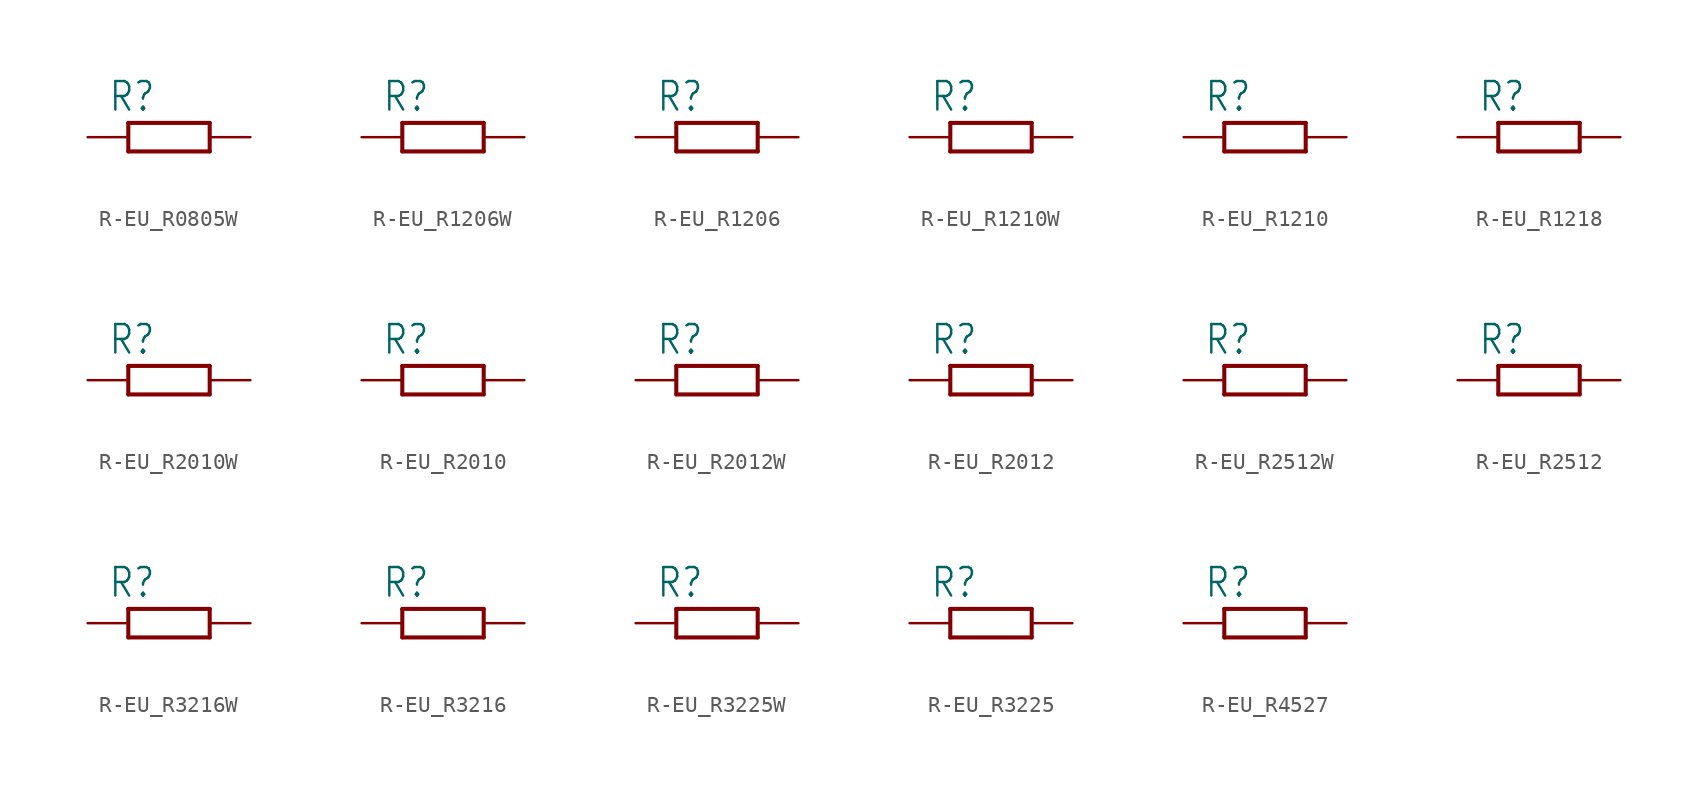
<source format=kicad_sym>
(kicad_symbol_lib
  (version 20231120)
  (generator "kicad_symbol_editor")
  (generator_version "8.0")
  (symbol "R-EU_R0805W"
    (property "Reference" "R"
      (at -3.81 1.499 0)
      (effects (font (size 1.778 1.511)) (justify left bottom)))
    (property "Value" ""
      (at -3.81 -3.302 0)
      (effects (font (size 1.778 1.511)) (justify left bottom)))
    (property "ki_locked" ""
      (at 0 0 0)
      (effects (font (size 1.27 1.27))))
    (symbol "R-EU_R0805W_1_0"
      (polyline (pts (xy -2.54 -0.889) (xy -2.54 0.889)) (stroke (width 0.254) (type solid)) (fill (type none)))
      (polyline (pts (xy -2.54 -0.889) (xy 2.54 -0.889)) (stroke (width 0.254) (type solid)) (fill (type none)))
      (polyline (pts (xy 2.54 -0.889) (xy 2.54 0.889)) (stroke (width 0.254) (type solid)) (fill (type none)))
      (polyline (pts (xy 2.54 0.889) (xy -2.54 0.889)) (stroke (width 0.254) (type solid)) (fill (type none)))
      (pin passive line (at -5.08 0 0) (length 2.54) (name "1" (effects (font (size 0 0)))) (number "1" (effects (font (size 0 0)))))
      (pin passive line (at 5.08 0 180) (length 2.54) (name "2" (effects (font (size 0 0)))) (number "2" (effects (font (size 0 0)))))))
  (symbol "R-EU_R1206W"
    (property "Reference" "R"
      (at -3.81 1.499 0)
      (effects (font (size 1.778 1.511)) (justify left bottom)))
    (property "Value" ""
      (at -3.81 -3.302 0)
      (effects (font (size 1.778 1.511)) (justify left bottom)))
    (property "ki_locked" ""
      (at 0 0 0)
      (effects (font (size 1.27 1.27))))
    (symbol "R-EU_R1206W_1_0"
      (polyline (pts (xy -2.54 -0.889) (xy -2.54 0.889)) (stroke (width 0.254) (type solid)) (fill (type none)))
      (polyline (pts (xy -2.54 -0.889) (xy 2.54 -0.889)) (stroke (width 0.254) (type solid)) (fill (type none)))
      (polyline (pts (xy 2.54 -0.889) (xy 2.54 0.889)) (stroke (width 0.254) (type solid)) (fill (type none)))
      (polyline (pts (xy 2.54 0.889) (xy -2.54 0.889)) (stroke (width 0.254) (type solid)) (fill (type none)))
      (pin passive line (at -5.08 0 0) (length 2.54) (name "1" (effects (font (size 0 0)))) (number "1" (effects (font (size 0 0)))))
      (pin passive line (at 5.08 0 180) (length 2.54) (name "2" (effects (font (size 0 0)))) (number "2" (effects (font (size 0 0)))))))
  (symbol "R-EU_R1206"
    (property "Reference" "R"
      (at -3.81 1.499 0)
      (effects (font (size 1.778 1.511)) (justify left bottom)))
    (property "Value" ""
      (at -3.81 -3.302 0)
      (effects (font (size 1.778 1.511)) (justify left bottom)))
    (property "ki_locked" ""
      (at 0 0 0)
      (effects (font (size 1.27 1.27))))
    (symbol "R-EU_R1206_1_0"
      (polyline (pts (xy -2.54 -0.889) (xy -2.54 0.889)) (stroke (width 0.254) (type solid)) (fill (type none)))
      (polyline (pts (xy -2.54 -0.889) (xy 2.54 -0.889)) (stroke (width 0.254) (type solid)) (fill (type none)))
      (polyline (pts (xy 2.54 -0.889) (xy 2.54 0.889)) (stroke (width 0.254) (type solid)) (fill (type none)))
      (polyline (pts (xy 2.54 0.889) (xy -2.54 0.889)) (stroke (width 0.254) (type solid)) (fill (type none)))
      (pin passive line (at -5.08 0 0) (length 2.54) (name "1" (effects (font (size 0 0)))) (number "1" (effects (font (size 0 0)))))
      (pin passive line (at 5.08 0 180) (length 2.54) (name "2" (effects (font (size 0 0)))) (number "2" (effects (font (size 0 0)))))))
  (symbol "R-EU_R1210W"
    (property "Reference" "R"
      (at -3.81 1.499 0)
      (effects (font (size 1.778 1.511)) (justify left bottom)))
    (property "Value" ""
      (at -3.81 -3.302 0)
      (effects (font (size 1.778 1.511)) (justify left bottom)))
    (property "ki_locked" ""
      (at 0 0 0)
      (effects (font (size 1.27 1.27))))
    (symbol "R-EU_R1210W_1_0"
      (polyline (pts (xy -2.54 -0.889) (xy -2.54 0.889)) (stroke (width 0.254) (type solid)) (fill (type none)))
      (polyline (pts (xy -2.54 -0.889) (xy 2.54 -0.889)) (stroke (width 0.254) (type solid)) (fill (type none)))
      (polyline (pts (xy 2.54 -0.889) (xy 2.54 0.889)) (stroke (width 0.254) (type solid)) (fill (type none)))
      (polyline (pts (xy 2.54 0.889) (xy -2.54 0.889)) (stroke (width 0.254) (type solid)) (fill (type none)))
      (pin passive line (at -5.08 0 0) (length 2.54) (name "1" (effects (font (size 0 0)))) (number "1" (effects (font (size 0 0)))))
      (pin passive line (at 5.08 0 180) (length 2.54) (name "2" (effects (font (size 0 0)))) (number "2" (effects (font (size 0 0)))))))
  (symbol "R-EU_R1210"
    (property "Reference" "R"
      (at -3.81 1.499 0)
      (effects (font (size 1.778 1.511)) (justify left bottom)))
    (property "Value" ""
      (at -3.81 -3.302 0)
      (effects (font (size 1.778 1.511)) (justify left bottom)))
    (property "ki_locked" ""
      (at 0 0 0)
      (effects (font (size 1.27 1.27))))
    (symbol "R-EU_R1210_1_0"
      (polyline (pts (xy -2.54 -0.889) (xy -2.54 0.889)) (stroke (width 0.254) (type solid)) (fill (type none)))
      (polyline (pts (xy -2.54 -0.889) (xy 2.54 -0.889)) (stroke (width 0.254) (type solid)) (fill (type none)))
      (polyline (pts (xy 2.54 -0.889) (xy 2.54 0.889)) (stroke (width 0.254) (type solid)) (fill (type none)))
      (polyline (pts (xy 2.54 0.889) (xy -2.54 0.889)) (stroke (width 0.254) (type solid)) (fill (type none)))
      (pin passive line (at -5.08 0 0) (length 2.54) (name "1" (effects (font (size 0 0)))) (number "1" (effects (font (size 0 0)))))
      (pin passive line (at 5.08 0 180) (length 2.54) (name "2" (effects (font (size 0 0)))) (number "2" (effects (font (size 0 0)))))))
  (symbol "R-EU_R1218"
    (property "Reference" "R"
      (at -3.81 1.499 0)
      (effects (font (size 1.778 1.511)) (justify left bottom)))
    (property "Value" ""
      (at -3.81 -3.302 0)
      (effects (font (size 1.778 1.511)) (justify left bottom)))
    (property "ki_locked" ""
      (at 0 0 0)
      (effects (font (size 1.27 1.27))))
    (symbol "R-EU_R1218_1_0"
      (polyline (pts (xy -2.54 -0.889) (xy -2.54 0.889)) (stroke (width 0.254) (type solid)) (fill (type none)))
      (polyline (pts (xy -2.54 -0.889) (xy 2.54 -0.889)) (stroke (width 0.254) (type solid)) (fill (type none)))
      (polyline (pts (xy 2.54 -0.889) (xy 2.54 0.889)) (stroke (width 0.254) (type solid)) (fill (type none)))
      (polyline (pts (xy 2.54 0.889) (xy -2.54 0.889)) (stroke (width 0.254) (type solid)) (fill (type none)))
      (pin passive line (at -5.08 0 0) (length 2.54) (name "1" (effects (font (size 0 0)))) (number "1" (effects (font (size 0 0)))))
      (pin passive line (at 5.08 0 180) (length 2.54) (name "2" (effects (font (size 0 0)))) (number "2" (effects (font (size 0 0)))))))
  (symbol "R-EU_R2010W"
    (property "Reference" "R"
      (at -3.81 1.499 0)
      (effects (font (size 1.778 1.511)) (justify left bottom)))
    (property "Value" ""
      (at -3.81 -3.302 0)
      (effects (font (size 1.778 1.511)) (justify left bottom)))
    (property "ki_locked" ""
      (at 0 0 0)
      (effects (font (size 1.27 1.27))))
    (symbol "R-EU_R2010W_1_0"
      (polyline (pts (xy -2.54 -0.889) (xy -2.54 0.889)) (stroke (width 0.254) (type solid)) (fill (type none)))
      (polyline (pts (xy -2.54 -0.889) (xy 2.54 -0.889)) (stroke (width 0.254) (type solid)) (fill (type none)))
      (polyline (pts (xy 2.54 -0.889) (xy 2.54 0.889)) (stroke (width 0.254) (type solid)) (fill (type none)))
      (polyline (pts (xy 2.54 0.889) (xy -2.54 0.889)) (stroke (width 0.254) (type solid)) (fill (type none)))
      (pin passive line (at -5.08 0 0) (length 2.54) (name "1" (effects (font (size 0 0)))) (number "1" (effects (font (size 0 0)))))
      (pin passive line (at 5.08 0 180) (length 2.54) (name "2" (effects (font (size 0 0)))) (number "2" (effects (font (size 0 0)))))))
  (symbol "R-EU_R2010"
    (property "Reference" "R"
      (at -3.81 1.499 0)
      (effects (font (size 1.778 1.511)) (justify left bottom)))
    (property "Value" ""
      (at -3.81 -3.302 0)
      (effects (font (size 1.778 1.511)) (justify left bottom)))
    (property "ki_locked" ""
      (at 0 0 0)
      (effects (font (size 1.27 1.27))))
    (symbol "R-EU_R2010_1_0"
      (polyline (pts (xy -2.54 -0.889) (xy -2.54 0.889)) (stroke (width 0.254) (type solid)) (fill (type none)))
      (polyline (pts (xy -2.54 -0.889) (xy 2.54 -0.889)) (stroke (width 0.254) (type solid)) (fill (type none)))
      (polyline (pts (xy 2.54 -0.889) (xy 2.54 0.889)) (stroke (width 0.254) (type solid)) (fill (type none)))
      (polyline (pts (xy 2.54 0.889) (xy -2.54 0.889)) (stroke (width 0.254) (type solid)) (fill (type none)))
      (pin passive line (at -5.08 0 0) (length 2.54) (name "1" (effects (font (size 0 0)))) (number "1" (effects (font (size 0 0)))))
      (pin passive line (at 5.08 0 180) (length 2.54) (name "2" (effects (font (size 0 0)))) (number "2" (effects (font (size 0 0)))))))
  (symbol "R-EU_R2012W"
    (property "Reference" "R"
      (at -3.81 1.499 0)
      (effects (font (size 1.778 1.511)) (justify left bottom)))
    (property "Value" ""
      (at -3.81 -3.302 0)
      (effects (font (size 1.778 1.511)) (justify left bottom)))
    (property "ki_locked" ""
      (at 0 0 0)
      (effects (font (size 1.27 1.27))))
    (symbol "R-EU_R2012W_1_0"
      (polyline (pts (xy -2.54 -0.889) (xy -2.54 0.889)) (stroke (width 0.254) (type solid)) (fill (type none)))
      (polyline (pts (xy -2.54 -0.889) (xy 2.54 -0.889)) (stroke (width 0.254) (type solid)) (fill (type none)))
      (polyline (pts (xy 2.54 -0.889) (xy 2.54 0.889)) (stroke (width 0.254) (type solid)) (fill (type none)))
      (polyline (pts (xy 2.54 0.889) (xy -2.54 0.889)) (stroke (width 0.254) (type solid)) (fill (type none)))
      (pin passive line (at -5.08 0 0) (length 2.54) (name "1" (effects (font (size 0 0)))) (number "1" (effects (font (size 0 0)))))
      (pin passive line (at 5.08 0 180) (length 2.54) (name "2" (effects (font (size 0 0)))) (number "2" (effects (font (size 0 0)))))))
  (symbol "R-EU_R2012"
    (property "Reference" "R"
      (at -3.81 1.499 0)
      (effects (font (size 1.778 1.511)) (justify left bottom)))
    (property "Value" ""
      (at -3.81 -3.302 0)
      (effects (font (size 1.778 1.511)) (justify left bottom)))
    (property "ki_locked" ""
      (at 0 0 0)
      (effects (font (size 1.27 1.27))))
    (symbol "R-EU_R2012_1_0"
      (polyline (pts (xy -2.54 -0.889) (xy -2.54 0.889)) (stroke (width 0.254) (type solid)) (fill (type none)))
      (polyline (pts (xy -2.54 -0.889) (xy 2.54 -0.889)) (stroke (width 0.254) (type solid)) (fill (type none)))
      (polyline (pts (xy 2.54 -0.889) (xy 2.54 0.889)) (stroke (width 0.254) (type solid)) (fill (type none)))
      (polyline (pts (xy 2.54 0.889) (xy -2.54 0.889)) (stroke (width 0.254) (type solid)) (fill (type none)))
      (pin passive line (at -5.08 0 0) (length 2.54) (name "1" (effects (font (size 0 0)))) (number "1" (effects (font (size 0 0)))))
      (pin passive line (at 5.08 0 180) (length 2.54) (name "2" (effects (font (size 0 0)))) (number "2" (effects (font (size 0 0)))))))
  (symbol "R-EU_R2512W"
    (property "Reference" "R"
      (at -3.81 1.499 0)
      (effects (font (size 1.778 1.511)) (justify left bottom)))
    (property "Value" ""
      (at -3.81 -3.302 0)
      (effects (font (size 1.778 1.511)) (justify left bottom)))
    (property "ki_locked" ""
      (at 0 0 0)
      (effects (font (size 1.27 1.27))))
    (symbol "R-EU_R2512W_1_0"
      (polyline (pts (xy -2.54 -0.889) (xy -2.54 0.889)) (stroke (width 0.254) (type solid)) (fill (type none)))
      (polyline (pts (xy -2.54 -0.889) (xy 2.54 -0.889)) (stroke (width 0.254) (type solid)) (fill (type none)))
      (polyline (pts (xy 2.54 -0.889) (xy 2.54 0.889)) (stroke (width 0.254) (type solid)) (fill (type none)))
      (polyline (pts (xy 2.54 0.889) (xy -2.54 0.889)) (stroke (width 0.254) (type solid)) (fill (type none)))
      (pin passive line (at -5.08 0 0) (length 2.54) (name "1" (effects (font (size 0 0)))) (number "1" (effects (font (size 0 0)))))
      (pin passive line (at 5.08 0 180) (length 2.54) (name "2" (effects (font (size 0 0)))) (number "2" (effects (font (size 0 0)))))))
  (symbol "R-EU_R2512"
    (property "Reference" "R"
      (at -3.81 1.499 0)
      (effects (font (size 1.778 1.511)) (justify left bottom)))
    (property "Value" ""
      (at -3.81 -3.302 0)
      (effects (font (size 1.778 1.511)) (justify left bottom)))
    (property "ki_locked" ""
      (at 0 0 0)
      (effects (font (size 1.27 1.27))))
    (symbol "R-EU_R2512_1_0"
      (polyline (pts (xy -2.54 -0.889) (xy -2.54 0.889)) (stroke (width 0.254) (type solid)) (fill (type none)))
      (polyline (pts (xy -2.54 -0.889) (xy 2.54 -0.889)) (stroke (width 0.254) (type solid)) (fill (type none)))
      (polyline (pts (xy 2.54 -0.889) (xy 2.54 0.889)) (stroke (width 0.254) (type solid)) (fill (type none)))
      (polyline (pts (xy 2.54 0.889) (xy -2.54 0.889)) (stroke (width 0.254) (type solid)) (fill (type none)))
      (pin passive line (at -5.08 0 0) (length 2.54) (name "1" (effects (font (size 0 0)))) (number "1" (effects (font (size 0 0)))))
      (pin passive line (at 5.08 0 180) (length 2.54) (name "2" (effects (font (size 0 0)))) (number "2" (effects (font (size 0 0)))))))
  (symbol "R-EU_R3216W"
    (property "Reference" "R"
      (at -3.81 1.499 0)
      (effects (font (size 1.778 1.511)) (justify left bottom)))
    (property "Value" ""
      (at -3.81 -3.302 0)
      (effects (font (size 1.778 1.511)) (justify left bottom)))
    (property "ki_locked" ""
      (at 0 0 0)
      (effects (font (size 1.27 1.27))))
    (symbol "R-EU_R3216W_1_0"
      (polyline (pts (xy -2.54 -0.889) (xy -2.54 0.889)) (stroke (width 0.254) (type solid)) (fill (type none)))
      (polyline (pts (xy -2.54 -0.889) (xy 2.54 -0.889)) (stroke (width 0.254) (type solid)) (fill (type none)))
      (polyline (pts (xy 2.54 -0.889) (xy 2.54 0.889)) (stroke (width 0.254) (type solid)) (fill (type none)))
      (polyline (pts (xy 2.54 0.889) (xy -2.54 0.889)) (stroke (width 0.254) (type solid)) (fill (type none)))
      (pin passive line (at -5.08 0 0) (length 2.54) (name "1" (effects (font (size 0 0)))) (number "1" (effects (font (size 0 0)))))
      (pin passive line (at 5.08 0 180) (length 2.54) (name "2" (effects (font (size 0 0)))) (number "2" (effects (font (size 0 0)))))))
  (symbol "R-EU_R3216"
    (property "Reference" "R"
      (at -3.81 1.499 0)
      (effects (font (size 1.778 1.511)) (justify left bottom)))
    (property "Value" ""
      (at -3.81 -3.302 0)
      (effects (font (size 1.778 1.511)) (justify left bottom)))
    (property "ki_locked" ""
      (at 0 0 0)
      (effects (font (size 1.27 1.27))))
    (symbol "R-EU_R3216_1_0"
      (polyline (pts (xy -2.54 -0.889) (xy -2.54 0.889)) (stroke (width 0.254) (type solid)) (fill (type none)))
      (polyline (pts (xy -2.54 -0.889) (xy 2.54 -0.889)) (stroke (width 0.254) (type solid)) (fill (type none)))
      (polyline (pts (xy 2.54 -0.889) (xy 2.54 0.889)) (stroke (width 0.254) (type solid)) (fill (type none)))
      (polyline (pts (xy 2.54 0.889) (xy -2.54 0.889)) (stroke (width 0.254) (type solid)) (fill (type none)))
      (pin passive line (at -5.08 0 0) (length 2.54) (name "1" (effects (font (size 0 0)))) (number "1" (effects (font (size 0 0)))))
      (pin passive line (at 5.08 0 180) (length 2.54) (name "2" (effects (font (size 0 0)))) (number "2" (effects (font (size 0 0)))))))
  (symbol "R-EU_R3225W"
    (property "Reference" "R"
      (at -3.81 1.499 0)
      (effects (font (size 1.778 1.511)) (justify left bottom)))
    (property "Value" ""
      (at -3.81 -3.302 0)
      (effects (font (size 1.778 1.511)) (justify left bottom)))
    (property "ki_locked" ""
      (at 0 0 0)
      (effects (font (size 1.27 1.27))))
    (symbol "R-EU_R3225W_1_0"
      (polyline (pts (xy -2.54 -0.889) (xy -2.54 0.889)) (stroke (width 0.254) (type solid)) (fill (type none)))
      (polyline (pts (xy -2.54 -0.889) (xy 2.54 -0.889)) (stroke (width 0.254) (type solid)) (fill (type none)))
      (polyline (pts (xy 2.54 -0.889) (xy 2.54 0.889)) (stroke (width 0.254) (type solid)) (fill (type none)))
      (polyline (pts (xy 2.54 0.889) (xy -2.54 0.889)) (stroke (width 0.254) (type solid)) (fill (type none)))
      (pin passive line (at -5.08 0 0) (length 2.54) (name "1" (effects (font (size 0 0)))) (number "1" (effects (font (size 0 0)))))
      (pin passive line (at 5.08 0 180) (length 2.54) (name "2" (effects (font (size 0 0)))) (number "2" (effects (font (size 0 0)))))))
  (symbol "R-EU_R3225"
    (property "Reference" "R"
      (at -3.81 1.499 0)
      (effects (font (size 1.778 1.511)) (justify left bottom)))
    (property "Value" ""
      (at -3.81 -3.302 0)
      (effects (font (size 1.778 1.511)) (justify left bottom)))
    (property "ki_locked" ""
      (at 0 0 0)
      (effects (font (size 1.27 1.27))))
    (symbol "R-EU_R3225_1_0"
      (polyline (pts (xy -2.54 -0.889) (xy -2.54 0.889)) (stroke (width 0.254) (type solid)) (fill (type none)))
      (polyline (pts (xy -2.54 -0.889) (xy 2.54 -0.889)) (stroke (width 0.254) (type solid)) (fill (type none)))
      (polyline (pts (xy 2.54 -0.889) (xy 2.54 0.889)) (stroke (width 0.254) (type solid)) (fill (type none)))
      (polyline (pts (xy 2.54 0.889) (xy -2.54 0.889)) (stroke (width 0.254) (type solid)) (fill (type none)))
      (pin passive line (at -5.08 0 0) (length 2.54) (name "1" (effects (font (size 0 0)))) (number "1" (effects (font (size 0 0)))))
      (pin passive line (at 5.08 0 180) (length 2.54) (name "2" (effects (font (size 0 0)))) (number "2" (effects (font (size 0 0)))))))
  (symbol "R-EU_R4527"
    (property "Reference" "R"
      (at -3.81 1.499 0)
      (effects (font (size 1.778 1.511)) (justify left bottom)))
    (property "Value" ""
      (at -3.81 -3.302 0)
      (effects (font (size 1.778 1.511)) (justify left bottom)))
    (property "ki_locked" ""
      (at 0 0 0)
      (effects (font (size 1.27 1.27))))
    (symbol "R-EU_R4527_1_0"
      (polyline (pts (xy -2.54 -0.889) (xy -2.54 0.889)) (stroke (width 0.254) (type solid)) (fill (type none)))
      (polyline (pts (xy -2.54 -0.889) (xy 2.54 -0.889)) (stroke (width 0.254) (type solid)) (fill (type none)))
      (polyline (pts (xy 2.54 -0.889) (xy 2.54 0.889)) (stroke (width 0.254) (type solid)) (fill (type none)))
      (polyline (pts (xy 2.54 0.889) (xy -2.54 0.889)) (stroke (width 0.254) (type solid)) (fill (type none)))
      (pin passive line (at -5.08 0 0) (length 2.54) (name "1" (effects (font (size 0 0)))) (number "1" (effects (font (size 0 0)))))
      (pin passive line (at 5.08 0 180) (length 2.54) (name "2" (effects (font (size 0 0)))) (number "2" (effects (font (size 0 0))))))))
</source>
